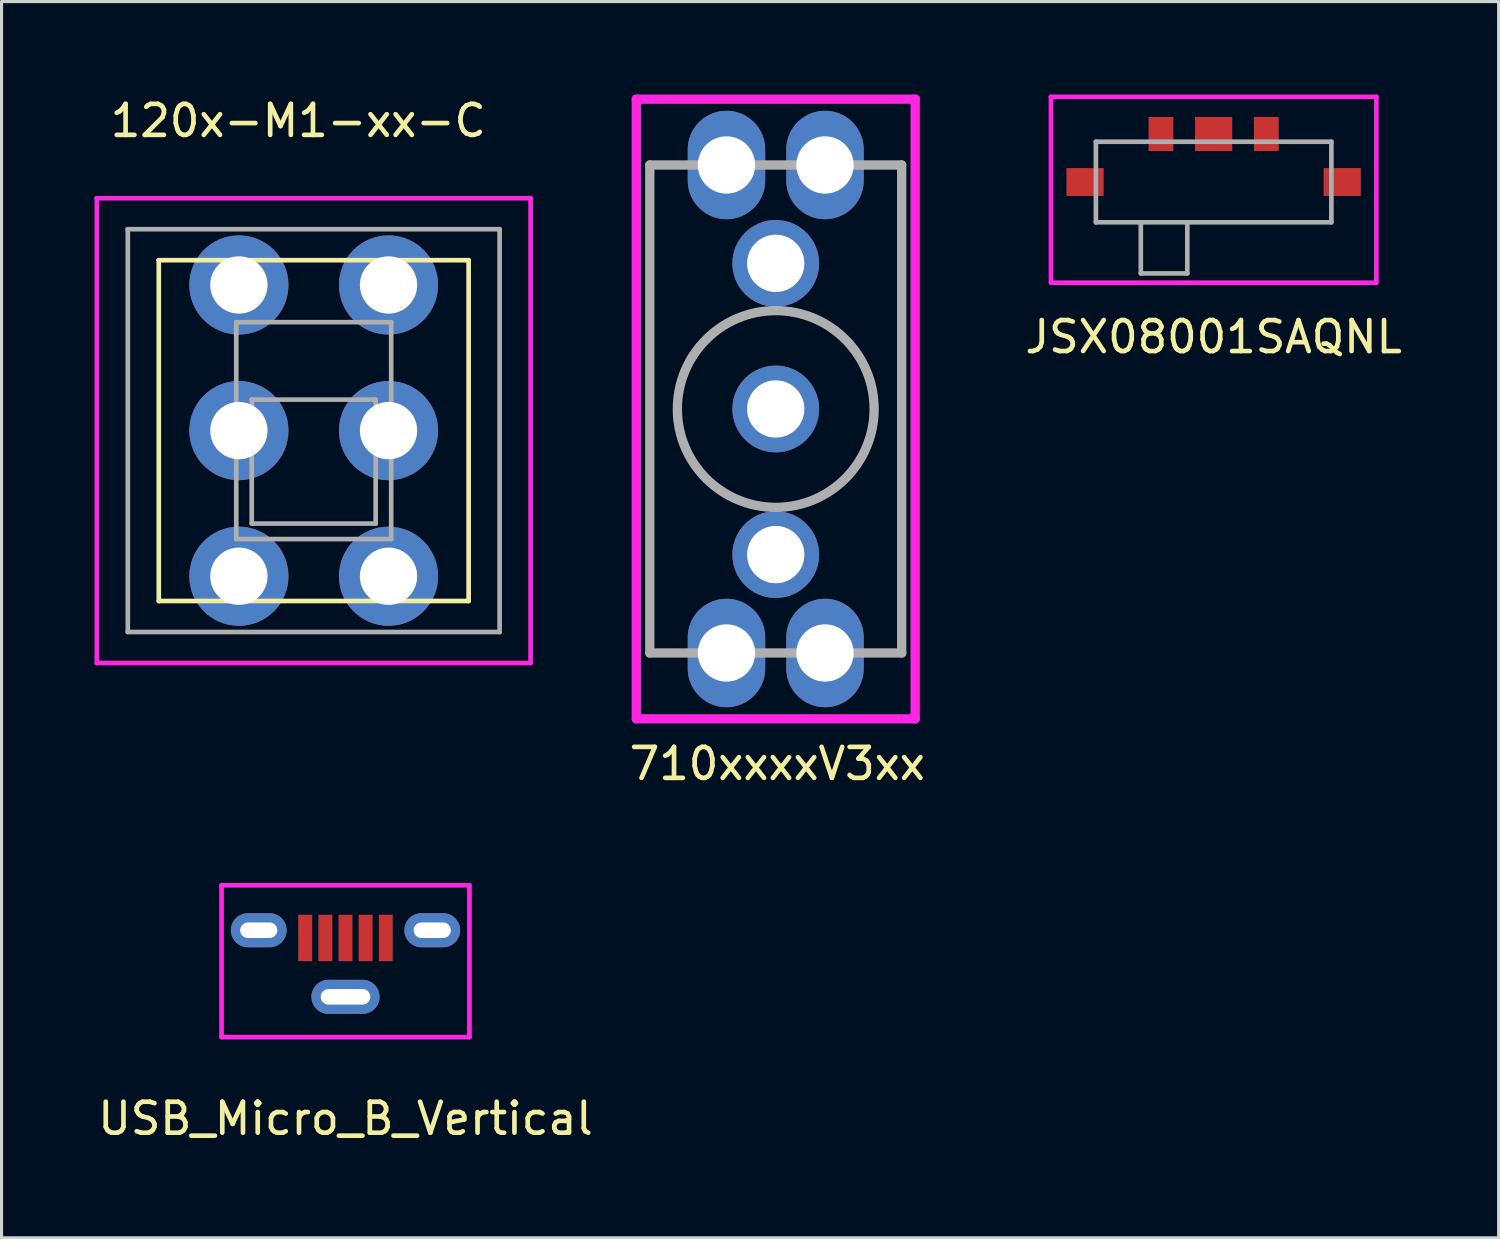
<source format=kicad_pcb>
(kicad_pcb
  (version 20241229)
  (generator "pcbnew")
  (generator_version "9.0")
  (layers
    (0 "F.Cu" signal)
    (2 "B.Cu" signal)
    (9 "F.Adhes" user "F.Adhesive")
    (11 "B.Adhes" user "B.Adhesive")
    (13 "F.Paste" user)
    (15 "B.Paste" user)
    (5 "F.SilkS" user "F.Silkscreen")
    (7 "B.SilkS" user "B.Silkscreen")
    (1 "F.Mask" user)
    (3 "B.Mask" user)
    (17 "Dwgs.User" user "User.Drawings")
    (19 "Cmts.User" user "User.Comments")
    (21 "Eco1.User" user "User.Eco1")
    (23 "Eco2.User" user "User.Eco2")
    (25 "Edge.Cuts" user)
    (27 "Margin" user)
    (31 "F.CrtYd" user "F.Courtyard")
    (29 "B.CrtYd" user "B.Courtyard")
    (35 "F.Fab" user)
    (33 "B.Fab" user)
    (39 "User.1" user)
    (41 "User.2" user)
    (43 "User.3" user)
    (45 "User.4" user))
  (footprint "JSX08001SAQNL"
    (layer "F.Cu")
    (at 36.12 2.825)
    (property "Reference" "JSX08001SAQNL" (at 0 5 0) (layer "F.SilkS") (effects (font (size 1 1) (thickness 0.15))))
    (attr smd)
    (fp_line (start -5.25 -2.75) (end 5.25 -2.75) (stroke (width 0.15) (type solid)) (layer "F.CrtYd"))
    (fp_line (start -5.25 3.25) (end -5.25 -2.75) (stroke (width 0.15) (type solid)) (layer "F.CrtYd"))
    (fp_line (start 5.25 -2.75) (end 5.25 3.25) (stroke (width 0.15) (type solid)) (layer "F.CrtYd"))
    (fp_line (start 5.25 3.25) (end -5.25 3.25) (stroke (width 0.15) (type solid)) (layer "F.CrtYd"))
    (fp_line (start -3.8 -1.3) (end -3.8 1.3) (stroke (width 0.15) (type solid)) (layer "F.Fab"))
    (fp_line (start -3.8 -1.3) (end 3.8 -1.3) (stroke (width 0.15) (type solid)) (layer "F.Fab"))
    (fp_line (start -2.35 1.3) (end -2.35 2.95) (stroke (width 0.15) (type solid)) (layer "F.Fab"))
    (fp_line (start -0.85 2.95) (end -2.35 2.95) (stroke (width 0.15) (type solid)) (layer "F.Fab"))
    (fp_line (start -0.85 2.95) (end -0.85 1.3) (stroke (width 0.15) (type solid)) (layer "F.Fab"))
    (fp_line (start 3.8 -1.3) (end 3.8 1.3) (stroke (width 0.15) (type solid)) (layer "F.Fab"))
    (fp_line (start 3.8 1.3) (end -3.8 1.3) (stroke (width 0.15) (type solid)) (layer "F.Fab"))
    (pad "" smd rect (at -4.15 0) (size 1.2 0.9) (layers "F.Cu" "F.Mask" "F.Paste"))
    (pad "" smd rect (at 4.15 0) (size 1.2 0.9) (layers "F.Cu" "F.Mask" "F.Paste"))
    (pad "1" smd rect (at -1.7 -1.55) (size 0.8 1.1) (layers "F.Cu" "F.Mask" "F.Paste"))
    (pad "2" smd rect (at 1.7 -1.55) (size 0.8 1.1) (layers "F.Cu" "F.Mask" "F.Paste"))
    (pad "C" smd rect (at 0 -1.55) (size 1.2 1.1) (layers "F.Cu" "F.Mask" "F.Paste")))
  (footprint "710xxxxV3xx"
    (layer "F.Cu")
    (at 21.987 10.15)
    (property "Reference" "710xxxxV3xx" (at 0.05 11.45 0) (layer "F.SilkS") (effects (font (size 1 1) (thickness 0.15))))
    (attr through_hole)
    (fp_line (start -4.5 -10) (end 4.5 -10) (stroke (width 0.3) (type solid)) (layer "F.CrtYd"))
    (fp_line (start -4.5 10) (end -4.5 -10) (stroke (width 0.3) (type solid)) (layer "F.CrtYd"))
    (fp_line (start 4.5 -10) (end 4.5 10) (stroke (width 0.3) (type solid)) (layer "F.CrtYd"))
    (fp_line (start 4.5 10) (end -4.5 10) (stroke (width 0.3) (type solid)) (layer "F.CrtYd"))
    (fp_line (start -4.065 -7.875) (end -4.065 7.875) (stroke (width 0.3) (type solid)) (layer "F.Fab"))
    (fp_line (start -4.065 -7.875) (end 4.065 -7.875) (stroke (width 0.3) (type solid)) (layer "F.Fab"))
    (fp_line (start 4.065 -7.875) (end 4.065 7.875) (stroke (width 0.3) (type solid)) (layer "F.Fab"))
    (fp_line (start 4.065 7.875) (end -4.065 7.875) (stroke (width 0.3) (type solid)) (layer "F.Fab"))
    (fp_circle (center 0 0) (end 3.175 0) (stroke (width 0.3) (type solid)) (fill no) (layer "F.Fab"))
    (pad "1" thru_hole circle (at 0 4.7) (size 2.8 2.8) (drill 1.85) (layers "*.Cu" "*.Mask"))
    (pad "2" thru_hole circle (at 0 0) (size 2.8 2.8) (drill 1.85) (layers "*.Cu" "*.Mask"))
    (pad "3" thru_hole circle (at 0 -4.7) (size 2.8 2.8) (drill 1.85) (layers "*.Cu" "*.Mask"))
    (pad "B" thru_hole oval (at -1.59 -7.875) (size 2.5 3.5) (drill 1.85) (layers "*.Cu" "*.Mask"))
    (pad "B" thru_hole oval (at -1.59 7.875) (size 2.5 3.5) (drill 1.85) (layers "*.Cu" "*.Mask"))
    (pad "B" thru_hole oval (at 1.59 -7.875) (size 2.5 3.5) (drill 1.85) (layers "*.Cu" "*.Mask"))
    (pad "B" thru_hole oval (at 1.59 7.875) (size 2.5 3.5) (drill 1.85) (layers "*.Cu" "*.Mask")))
  (footprint "USB_Micro_B_Vertical"
    (layer "F.Cu")
    (at 8.101 27.973)
    (property "Reference" "USB_Micro_B_Vertical" (at 0 5.08 0) (layer "F.SilkS") (effects (font (size 1 1) (thickness 0.15))))
    (attr smd)
    (fp_line (start -4 -2.45) (end 4 -2.45) (stroke (width 0.15) (type solid)) (layer "F.CrtYd"))
    (fp_line (start -4 2.45) (end -4 -2.45) (stroke (width 0.15) (type solid)) (layer "F.CrtYd"))
    (fp_line (start -4 2.45) (end 4 2.45) (stroke (width 0.15) (type solid)) (layer "F.CrtYd"))
    (fp_line (start 4 -2.45) (end 4 2.45) (stroke (width 0.15) (type solid)) (layer "F.CrtYd"))
    (pad "1" smd rect (at -1.3 -0.75) (size 0.45 1.5) (layers "F.Cu" "F.Mask" "F.Paste"))
    (pad "2" smd rect (at -0.65 -0.75) (size 0.45 1.5) (layers "F.Cu" "F.Mask" "F.Paste"))
    (pad "3" smd rect (at 0 -0.75) (size 0.45 1.5) (layers "F.Cu" "F.Mask" "F.Paste"))
    (pad "4" smd rect (at 0.65 -0.75) (size 0.45 1.5) (layers "F.Cu" "F.Mask" "F.Paste"))
    (pad "5" smd rect (at 1.3 -0.75) (size 0.45 1.5) (layers "F.Cu" "F.Mask" "F.Paste"))
    (pad "S" thru_hole oval (at -2.8 -1) (size 1.8 1.1) (drill oval 1.2 0.5) (layers "*.Cu" "*.Mask"))
    (pad "S" thru_hole oval (at 0 1.15) (size 2.2 1.1) (drill oval 1.6 0.5) (layers "*.Cu" "*.Mask"))
    (pad "S" thru_hole oval (at 2.8 -1) (size 1.8 1.1) (drill oval 1.2 0.5) (layers "*.Cu" "*.Mask")))
  (footprint "120x-M1-xx-C"
    (layer "F.Cu")
    (at 7.075 10.848)
    (property "Reference" "120x-M1-xx-C" (at -0.5 -10 0) (layer "F.SilkS") (effects (font (size 1 1) (thickness 0.15))))
    (attr through_hole)
    (fp_line (start -5 -5.5) (end -5 -5.5) (stroke (width 0.15) (type solid)) (layer "F.SilkS"))
    (fp_line (start -5 -5.5) (end -5 5.5) (stroke (width 0.15) (type solid)) (layer "F.SilkS"))
    (fp_line (start -5 5.5) (end 5 5.5) (stroke (width 0.15) (type solid)) (layer "F.SilkS"))
    (fp_line (start 5 -5.5) (end -5 -5.5) (stroke (width 0.15) (type solid)) (layer "F.SilkS"))
    (fp_line (start 5 5.5) (end 5 -5.5) (stroke (width 0.15) (type solid)) (layer "F.SilkS"))
    (fp_line (start -7 -7.5) (end -7 -7.5) (stroke (width 0.15) (type solid)) (layer "F.CrtYd"))
    (fp_line (start -7 -7.5) (end -7 7.5) (stroke (width 0.15) (type solid)) (layer "F.CrtYd"))
    (fp_line (start -7 7.5) (end 7 7.5) (stroke (width 0.15) (type solid)) (layer "F.CrtYd"))
    (fp_line (start 7 -7.5) (end -7 -7.5) (stroke (width 0.15) (type solid)) (layer "F.CrtYd"))
    (fp_line (start 7 7.5) (end 7 -7.5) (stroke (width 0.15) (type solid)) (layer "F.CrtYd"))
    (fp_line (start -6 -6.5) (end -6 -6.5) (stroke (width 0.15) (type solid)) (layer "F.Fab"))
    (fp_line (start -6 -6.5) (end 6 -6.5) (stroke (width 0.15) (type solid)) (layer "F.Fab"))
    (fp_line (start -6 6.5) (end -6 -6.5) (stroke (width 0.15) (type solid)) (layer "F.Fab"))
    (fp_line (start -2.5 -3.5) (end -2.5 -3.5) (stroke (width 0.15) (type solid)) (layer "F.Fab"))
    (fp_line (start -2.5 -3.5) (end 2.5 -3.5) (stroke (width 0.15) (type solid)) (layer "F.Fab"))
    (fp_line (start -2.5 3.5) (end -2.5 -3.5) (stroke (width 0.15) (type solid)) (layer "F.Fab"))
    (fp_line (start -2 -1) (end -2 -1) (stroke (width 0.15) (type solid)) (layer "F.Fab"))
    (fp_line (start -2 -1) (end -2 3) (stroke (width 0.15) (type solid)) (layer "F.Fab"))
    (fp_line (start -2 3) (end 2 3) (stroke (width 0.15) (type solid)) (layer "F.Fab"))
    (fp_line (start 2 -1) (end -2 -1) (stroke (width 0.15) (type solid)) (layer "F.Fab"))
    (fp_line (start 2 3) (end 2 -1) (stroke (width 0.15) (type solid)) (layer "F.Fab"))
    (fp_line (start 2.5 -3.5) (end 2.5 3.5) (stroke (width 0.15) (type solid)) (layer "F.Fab"))
    (fp_line (start 2.5 3.5) (end -2.5 3.5) (stroke (width 0.15) (type solid)) (layer "F.Fab"))
    (fp_line (start 6 -6.5) (end 6 6.5) (stroke (width 0.15) (type solid)) (layer "F.Fab"))
    (fp_line (start 6 6.5) (end -6 6.5) (stroke (width 0.15) (type solid)) (layer "F.Fab"))
    (pad "1" thru_hole circle (at -2.415 -4.7) (size 3.2 3.2) (drill 1.85) (layers "*.Cu" "*.Mask"))
    (pad "2" thru_hole circle (at -2.415 0) (size 3.2 3.2) (drill 1.85) (layers "*.Cu" "*.Mask"))
    (pad "3" thru_hole circle (at -2.415 4.7) (size 3.2 3.2) (drill 1.85) (layers "*.Cu" "*.Mask"))
    (pad "4" thru_hole circle (at 2.415 -4.7) (size 3.2 3.2) (drill 1.85) (layers "*.Cu" "*.Mask"))
    (pad "5" thru_hole circle (at 2.415 0) (size 3.2 3.2) (drill 1.85) (layers "*.Cu" "*.Mask"))
    (pad "6" thru_hole circle (at 2.415 4.7) (size 3.2 3.2) (drill 1.85) (layers "*.Cu" "*.Mask")))
  (gr_rect
    (start -3 -3)
    (end 45.317 36.901)
    (stroke (width 0.1) (type default))
    (fill no)
    (layer "Edge.Cuts")))
</source>
